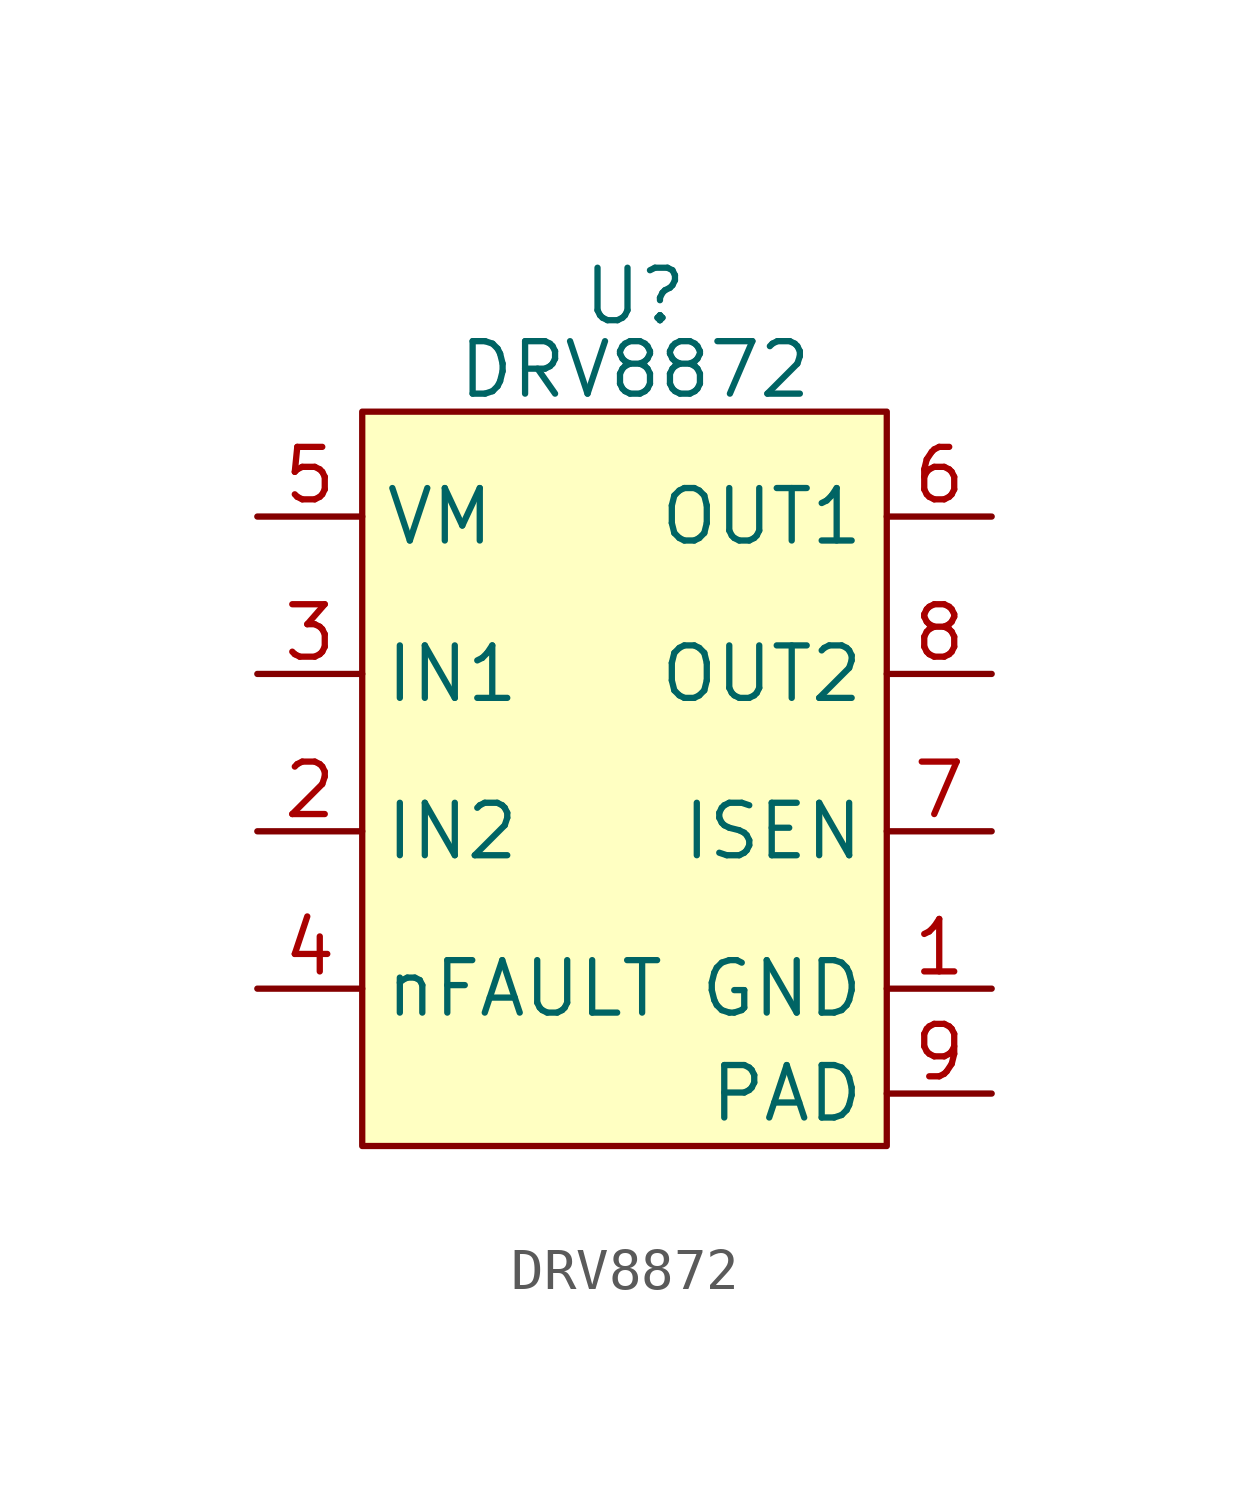
<source format=kicad_sym>
(kicad_symbol_lib
  (version 20231120)
  (generator "kicad_symbol_editor")
  (generator_version "8.0")
  (symbol "DRV8872"
    (property "Reference" "U"
      (at 0.254 11.684 0)
      (effects (font (size 1.27 1.27))))
    (property "Value" "DRV8872"
      (at 0.254 9.906 0)
      (effects (font (size 1.27 1.27))))
    (symbol "DRV8872_0_1"
      (rectangle (start -6.35 8.89) (end 6.35 -8.89) (stroke (width 0) (type default)) (fill (type background))))
    (symbol "DRV8872_1_1"
      (pin power_in line (at 8.89 -5.08 180) (length 2.54) (name "GND" (effects (font (size 1.27 1.27)))) (number "1" (effects (font (size 1.27 1.27)))))
      (pin input line (at -8.89 -1.27 0) (length 2.54) (name "IN2" (effects (font (size 1.27 1.27)))) (number "2" (effects (font (size 1.27 1.27)))))
      (pin input line (at -8.89 2.54 0) (length 2.54) (name "IN1" (effects (font (size 1.27 1.27)))) (number "3" (effects (font (size 1.27 1.27)))))
      (pin input line (at -8.89 -5.08 0) (length 2.54) (name "nFAULT" (effects (font (size 1.27 1.27)))) (number "4" (effects (font (size 1.27 1.27)))))
      (pin power_in line (at -8.89 6.35 0) (length 2.54) (name "VM" (effects (font (size 1.27 1.27)))) (number "5" (effects (font (size 1.27 1.27)))))
      (pin input line (at 8.89 6.35 180) (length 2.54) (name "OUT1" (effects (font (size 1.27 1.27)))) (number "6" (effects (font (size 1.27 1.27)))))
      (pin input line (at 8.89 -1.27 180) (length 2.54) (name "ISEN" (effects (font (size 1.27 1.27)))) (number "7" (effects (font (size 1.27 1.27)))))
      (pin input line (at 8.89 2.54 180) (length 2.54) (name "OUT2" (effects (font (size 1.27 1.27)))) (number "8" (effects (font (size 1.27 1.27)))))
      (pin power_in line (at 8.89 -7.62 180) (length 2.54) (name "PAD" (effects (font (size 1.27 1.27)))) (number "9" (effects (font (size 1.27 1.27))))))))
</source>
